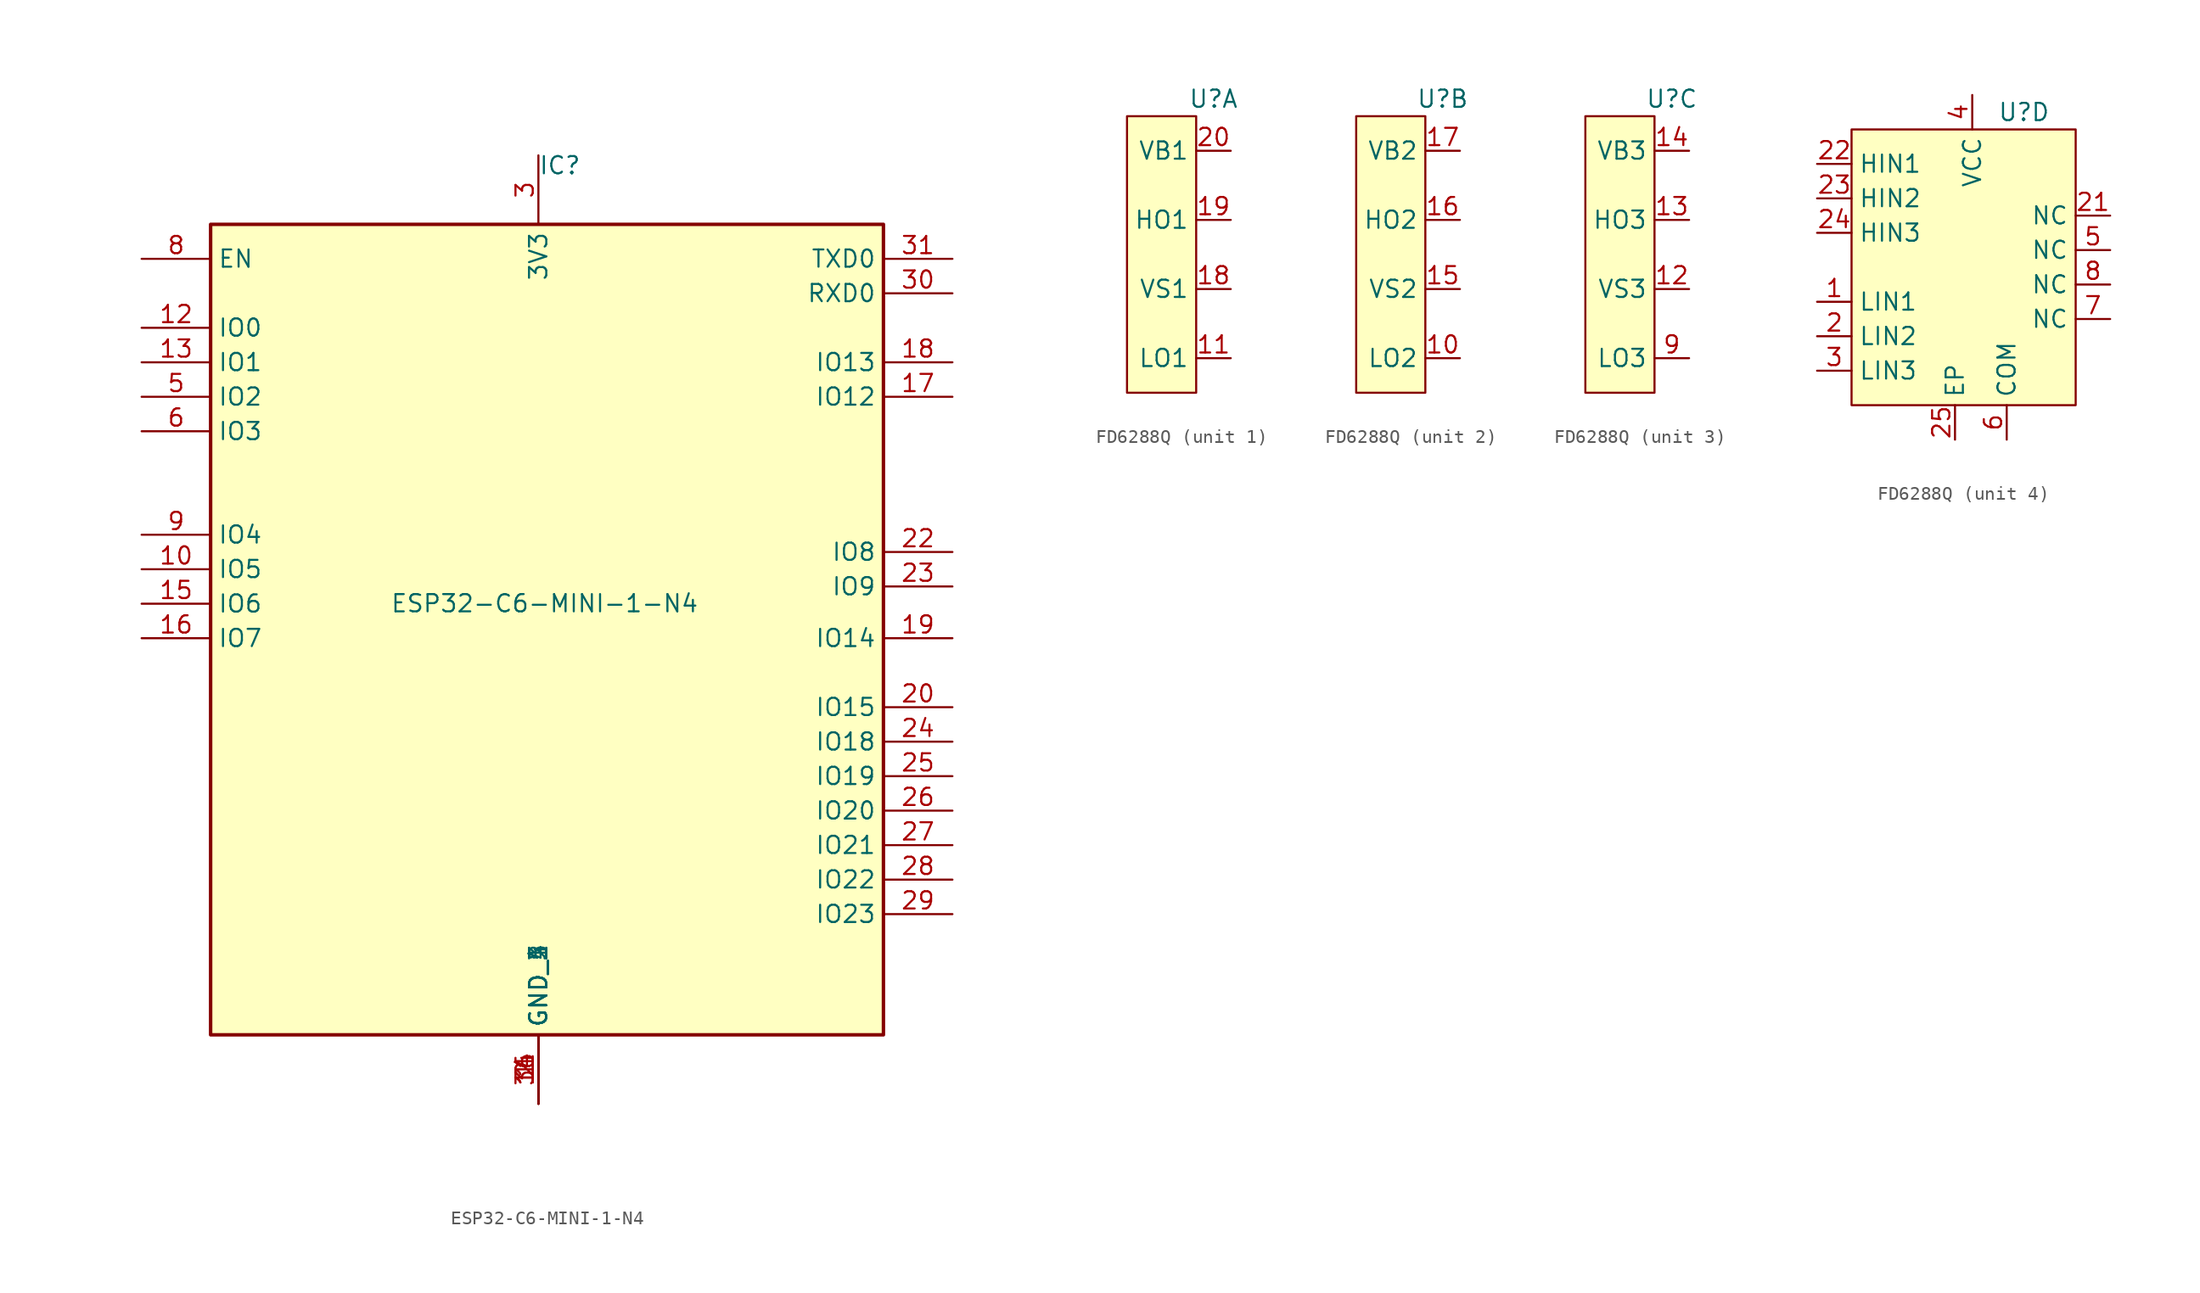
<source format=kicad_sym>
(kicad_symbol_lib
  (version 20231120)
  (generator "kicad_symbol_editor")
  (generator_version "8.0")
  (symbol "ESP32-C6-MINI-1-N4"
    (property "Reference" "IC"
      (at 29.21 7.62 0)
      (effects (font (size 1.27 1.27)) (justify left top)))
    (property "Value" "ESP32-C6-MINI-1-N4"
      (at 18.288 -24.638 0)
      (effects (font (size 1.27 1.27)) (justify left top)))
    (symbol "ESP32-C6-MINI-1-N4_1_1"
      (rectangle (start 5.08 2.54) (end 54.61 -57.15) (stroke (width 0.254) (type default)) (fill (type background)))
      (pin passive line (at 29.21 -62.23 90) (length 5.08) (name "GND_1" (effects (font (size 1.27 1.27)))) (number "1" (effects (font (size 1.27 1.27)))))
      (pin passive line (at 0 -22.86 0) (length 5.08) (name "IO5" (effects (font (size 1.27 1.27)))) (number "10" (effects (font (size 1.27 1.27)))))
      (pin passive line (at 29.21 -62.23 90) (length 5.08) (name "GND_3" (effects (font (size 1.27 1.27)))) (number "11" (effects (font (size 1.27 1.27)))))
      (pin passive line (at 0 -5.08 0) (length 5.08) (name "IO0" (effects (font (size 1.27 1.27)))) (number "12" (effects (font (size 1.27 1.27)))))
      (pin passive line (at 0 -7.62 0) (length 5.08) (name "IO1" (effects (font (size 1.27 1.27)))) (number "13" (effects (font (size 1.27 1.27)))))
      (pin passive line (at 29.21 -62.23 90) (length 5.08) (name "GND_4" (effects (font (size 1.27 1.27)))) (number "14" (effects (font (size 1.27 1.27)))))
      (pin passive line (at 0 -25.4 0) (length 5.08) (name "IO6" (effects (font (size 1.27 1.27)))) (number "15" (effects (font (size 1.27 1.27)))))
      (pin passive line (at 0 -27.94 0) (length 5.08) (name "IO7" (effects (font (size 1.27 1.27)))) (number "16" (effects (font (size 1.27 1.27)))))
      (pin passive line (at 59.69 -10.16 180) (length 5.08) (name "IO12" (effects (font (size 1.27 1.27)))) (number "17" (effects (font (size 1.27 1.27)))))
      (pin passive line (at 59.69 -7.62 180) (length 5.08) (name "IO13" (effects (font (size 1.27 1.27)))) (number "18" (effects (font (size 1.27 1.27)))))
      (pin passive line (at 59.69 -27.94 180) (length 5.08) (name "IO14" (effects (font (size 1.27 1.27)))) (number "19" (effects (font (size 1.27 1.27)))))
      (pin passive line (at 29.21 -62.23 90) (length 5.08) (name "GND_2" (effects (font (size 1.27 1.27)))) (number "2" (effects (font (size 1.27 1.27)))))
      (pin passive line (at 59.69 -33.02 180) (length 5.08) (name "IO15" (effects (font (size 1.27 1.27)))) (number "20" (effects (font (size 1.27 1.27)))))
      (pin no_connect line (at 15.24 -62.23 90) (length 5.08) hide (name "NC_3" (effects (font (size 1.27 1.27)))) (number "21" (effects (font (size 1.27 1.27)))))
      (pin passive line (at 59.69 -21.59 180) (length 5.08) (name "IO8" (effects (font (size 1.27 1.27)))) (number "22" (effects (font (size 1.27 1.27)))))
      (pin passive line (at 59.69 -24.13 180) (length 5.08) (name "IO9" (effects (font (size 1.27 1.27)))) (number "23" (effects (font (size 1.27 1.27)))))
      (pin passive line (at 59.69 -35.56 180) (length 5.08) (name "IO18" (effects (font (size 1.27 1.27)))) (number "24" (effects (font (size 1.27 1.27)))))
      (pin passive line (at 59.69 -38.1 180) (length 5.08) (name "IO19" (effects (font (size 1.27 1.27)))) (number "25" (effects (font (size 1.27 1.27)))))
      (pin passive line (at 59.69 -40.64 180) (length 5.08) (name "IO20" (effects (font (size 1.27 1.27)))) (number "26" (effects (font (size 1.27 1.27)))))
      (pin passive line (at 59.69 -43.18 180) (length 5.08) (name "IO21" (effects (font (size 1.27 1.27)))) (number "27" (effects (font (size 1.27 1.27)))))
      (pin passive line (at 59.69 -45.72 180) (length 5.08) (name "IO22" (effects (font (size 1.27 1.27)))) (number "28" (effects (font (size 1.27 1.27)))))
      (pin passive line (at 59.69 -48.26 180) (length 5.08) (name "IO23" (effects (font (size 1.27 1.27)))) (number "29" (effects (font (size 1.27 1.27)))))
      (pin passive line (at 29.21 7.62 270) (length 5.08) (name "3V3" (effects (font (size 1.27 1.27)))) (number "3" (effects (font (size 1.27 1.27)))))
      (pin passive line (at 59.69 -2.54 180) (length 5.08) (name "RXD0" (effects (font (size 1.27 1.27)))) (number "30" (effects (font (size 1.27 1.27)))))
      (pin passive line (at 59.69 0 180) (length 5.08) (name "TXD0" (effects (font (size 1.27 1.27)))) (number "31" (effects (font (size 1.27 1.27)))))
      (pin no_connect line (at 15.24 -62.23 90) (length 5.08) hide (name "NC_4" (effects (font (size 1.27 1.27)))) (number "32" (effects (font (size 1.27 1.27)))))
      (pin no_connect line (at 15.24 -62.23 90) (length 5.08) hide (name "NC_5" (effects (font (size 1.27 1.27)))) (number "33" (effects (font (size 1.27 1.27)))))
      (pin no_connect line (at 15.24 -62.23 90) (length 5.08) hide (name "NC_6" (effects (font (size 1.27 1.27)))) (number "34" (effects (font (size 1.27 1.27)))))
      (pin no_connect line (at 15.24 -62.23 90) (length 5.08) hide (name "NC_7" (effects (font (size 1.27 1.27)))) (number "35" (effects (font (size 1.27 1.27)))))
      (pin passive line (at 29.21 -62.23 90) (length 5.08) (name "GND_5" (effects (font (size 1.27 1.27)))) (number "36" (effects (font (size 1.27 1.27)))))
      (pin passive line (at 29.21 -62.23 90) (length 5.08) hide (name "GND_6" (effects (font (size 1.27 1.27)))) (number "37" (effects (font (size 1.27 1.27)))))
      (pin passive line (at 29.21 -62.23 90) (length 5.08) hide (name "GND_7" (effects (font (size 1.27 1.27)))) (number "38" (effects (font (size 1.27 1.27)))))
      (pin passive line (at 29.21 -62.23 90) (length 5.08) hide (name "GND_8" (effects (font (size 1.27 1.27)))) (number "39" (effects (font (size 1.27 1.27)))))
      (pin no_connect line (at 15.24 -62.23 90) (length 5.08) hide (name "NC_1" (effects (font (size 1.27 1.27)))) (number "4" (effects (font (size 1.27 1.27)))))
      (pin passive line (at 29.21 -62.23 90) (length 5.08) hide (name "GND_9" (effects (font (size 1.27 1.27)))) (number "40" (effects (font (size 1.27 1.27)))))
      (pin passive line (at 29.21 -62.23 90) (length 5.08) hide (name "GND_10" (effects (font (size 1.27 1.27)))) (number "41" (effects (font (size 1.27 1.27)))))
      (pin passive line (at 29.21 -62.23 90) (length 5.08) hide (name "GND_11" (effects (font (size 1.27 1.27)))) (number "42" (effects (font (size 1.27 1.27)))))
      (pin passive line (at 29.21 -62.23 90) (length 5.08) hide (name "GND_12" (effects (font (size 1.27 1.27)))) (number "43" (effects (font (size 1.27 1.27)))))
      (pin passive line (at 29.21 -62.23 90) (length 5.08) hide (name "GND_13" (effects (font (size 1.27 1.27)))) (number "44" (effects (font (size 1.27 1.27)))))
      (pin passive line (at 29.21 -62.23 90) (length 5.08) hide (name "GND_14" (effects (font (size 1.27 1.27)))) (number "45" (effects (font (size 1.27 1.27)))))
      (pin passive line (at 29.21 -62.23 90) (length 5.08) hide (name "GND_15" (effects (font (size 1.27 1.27)))) (number "46" (effects (font (size 1.27 1.27)))))
      (pin passive line (at 29.21 -62.23 90) (length 5.08) hide (name "GND_16" (effects (font (size 1.27 1.27)))) (number "47" (effects (font (size 1.27 1.27)))))
      (pin passive line (at 29.21 -62.23 90) (length 5.08) hide (name "GND_17" (effects (font (size 1.27 1.27)))) (number "48" (effects (font (size 1.27 1.27)))))
      (pin passive line (at 29.21 -62.23 90) (length 5.08) hide (name "GND_18" (effects (font (size 1.27 1.27)))) (number "49" (effects (font (size 1.27 1.27)))))
      (pin passive line (at 0 -10.16 0) (length 5.08) (name "IO2" (effects (font (size 1.27 1.27)))) (number "5" (effects (font (size 1.27 1.27)))))
      (pin passive line (at 29.21 -62.23 90) (length 5.08) hide (name "GND_19" (effects (font (size 1.27 1.27)))) (number "50" (effects (font (size 1.27 1.27)))))
      (pin passive line (at 29.21 -62.23 90) (length 5.08) hide (name "GND_20" (effects (font (size 1.27 1.27)))) (number "51" (effects (font (size 1.27 1.27)))))
      (pin passive line (at 29.21 -62.23 90) (length 5.08) hide (name "GND_21" (effects (font (size 1.27 1.27)))) (number "52" (effects (font (size 1.27 1.27)))))
      (pin passive line (at 29.21 -62.23 90) (length 5.08) hide (name "GND_22" (effects (font (size 1.27 1.27)))) (number "53" (effects (font (size 1.27 1.27)))))
      (pin passive line (at 29.21 -62.23 90) (length 5.08) hide (name "GND_23" (effects (font (size 1.27 1.27)))) (number "54" (effects (font (size 1.27 1.27)))))
      (pin passive line (at 29.21 -62.23 90) (length 5.08) hide (name "GND_24" (effects (font (size 1.27 1.27)))) (number "55" (effects (font (size 1.27 1.27)))))
      (pin passive line (at 29.21 -62.23 90) (length 5.08) hide (name "GND_25" (effects (font (size 1.27 1.27)))) (number "56" (effects (font (size 1.27 1.27)))))
      (pin passive line (at 29.21 -62.23 90) (length 5.08) hide (name "GND_26" (effects (font (size 1.27 1.27)))) (number "57" (effects (font (size 1.27 1.27)))))
      (pin passive line (at 29.21 -62.23 90) (length 5.08) hide (name "GND_27" (effects (font (size 1.27 1.27)))) (number "58" (effects (font (size 1.27 1.27)))))
      (pin passive line (at 29.21 -62.23 90) (length 5.08) hide (name "GND_28" (effects (font (size 1.27 1.27)))) (number "59" (effects (font (size 1.27 1.27)))))
      (pin passive line (at 0 -12.7 0) (length 5.08) (name "IO3" (effects (font (size 1.27 1.27)))) (number "6" (effects (font (size 1.27 1.27)))))
      (pin passive line (at 29.21 -62.23 90) (length 5.08) hide (name "GND_29" (effects (font (size 1.27 1.27)))) (number "60" (effects (font (size 1.27 1.27)))))
      (pin passive line (at 29.21 -62.23 90) (length 5.08) hide (name "GND_30" (effects (font (size 1.27 1.27)))) (number "61" (effects (font (size 1.27 1.27)))))
      (pin no_connect line (at 15.24 -62.23 90) (length 5.08) hide (name "NC_2" (effects (font (size 1.27 1.27)))) (number "7" (effects (font (size 1.27 1.27)))))
      (pin passive line (at 0 0 0) (length 5.08) (name "EN" (effects (font (size 1.27 1.27)))) (number "8" (effects (font (size 1.27 1.27)))))
      (pin passive line (at 0 -20.32 0) (length 5.08) (name "IO4" (effects (font (size 1.27 1.27)))) (number "9" (effects (font (size 1.27 1.27)))))))
  (symbol "FD6288Q"
    (property "Reference" "U"
      (at 3.81 11.43 0)
      (effects (font (size 1.27 1.27))))
    (property "Value" ""
      (at 0 2.54 0)
      (effects (font (size 1.27 1.27))))
    (symbol "FD6288Q_1_0"
      (pin unspecified line (at 5.08 -7.62 180) (length 2.54) (name "LO1" (effects (font (size 1.27 1.27)))) (number "11" (effects (font (size 1.27 1.27)))))
      (pin unspecified line (at 5.08 -2.54 180) (length 2.54) (name "VS1" (effects (font (size 1.27 1.27)))) (number "18" (effects (font (size 1.27 1.27)))))
      (pin unspecified line (at 5.08 2.54 180) (length 2.54) (name "HO1" (effects (font (size 1.27 1.27)))) (number "19" (effects (font (size 1.27 1.27)))))
      (pin unspecified line (at 5.08 7.62 180) (length 2.54) (name "VB1" (effects (font (size 1.27 1.27)))) (number "20" (effects (font (size 1.27 1.27))))))
    (symbol "FD6288Q_1_1"
      (rectangle (start -2.54 10.16) (end 2.54 -10.16) (stroke (width 0) (type default)) (fill (type background))))
    (symbol "FD6288Q_2_0"
      (pin unspecified line (at 5.08 -7.62 180) (length 2.54) (name "LO2" (effects (font (size 1.27 1.27)))) (number "10" (effects (font (size 1.27 1.27)))))
      (pin unspecified line (at 5.08 -2.54 180) (length 2.54) (name "VS2" (effects (font (size 1.27 1.27)))) (number "15" (effects (font (size 1.27 1.27)))))
      (pin unspecified line (at 5.08 2.54 180) (length 2.54) (name "HO2" (effects (font (size 1.27 1.27)))) (number "16" (effects (font (size 1.27 1.27)))))
      (pin unspecified line (at 5.08 7.62 180) (length 2.54) (name "VB2" (effects (font (size 1.27 1.27)))) (number "17" (effects (font (size 1.27 1.27))))))
    (symbol "FD6288Q_2_1"
      (rectangle (start -2.54 10.16) (end 2.54 -10.16) (stroke (width 0) (type default)) (fill (type background))))
    (symbol "FD6288Q_3_0"
      (pin power_in line (at 5.08 -2.54 180) (length 2.54) (name "VS3" (effects (font (size 1.27 1.27)))) (number "12" (effects (font (size 1.27 1.27)))))
      (pin output line (at 5.08 2.54 180) (length 2.54) (name "HO3" (effects (font (size 1.27 1.27)))) (number "13" (effects (font (size 1.27 1.27)))))
      (pin unspecified line (at 5.08 7.62 180) (length 2.54) (name "VB3" (effects (font (size 1.27 1.27)))) (number "14" (effects (font (size 1.27 1.27)))))
      (pin unspecified line (at 5.08 -7.62 180) (length 2.54) (name "LO3" (effects (font (size 1.27 1.27)))) (number "9" (effects (font (size 1.27 1.27))))))
    (symbol "FD6288Q_3_1"
      (rectangle (start -2.54 10.16) (end 2.54 -10.16) (stroke (width 0) (type default)) (fill (type background))))
    (symbol "FD6288Q_4_0"
      (pin input line (at -11.43 -2.54 0) (length 2.54) (name "LIN1" (effects (font (size 1.27 1.27)))) (number "1" (effects (font (size 1.27 1.27)))))
      (pin input line (at -11.43 -5.08 0) (length 2.54) (name "LIN2" (effects (font (size 1.27 1.27)))) (number "2" (effects (font (size 1.27 1.27)))))
      (pin unspecified line (at 10.16 3.81 180) (length 2.54) (name "NC" (effects (font (size 1.27 1.27)))) (number "21" (effects (font (size 1.27 1.27)))))
      (pin input line (at -11.43 7.62 0) (length 2.54) (name "HIN1" (effects (font (size 1.27 1.27)))) (number "22" (effects (font (size 1.27 1.27)))))
      (pin input line (at -11.43 5.08 0) (length 2.54) (name "HIN2" (effects (font (size 1.27 1.27)))) (number "23" (effects (font (size 1.27 1.27)))))
      (pin input line (at -11.43 2.54 0) (length 2.54) (name "HIN3" (effects (font (size 1.27 1.27)))) (number "24" (effects (font (size 1.27 1.27)))))
      (pin power_in line (at -1.27 -12.7 90) (length 2.54) (name "EP" (effects (font (size 1.27 1.27)))) (number "25" (effects (font (size 1.27 1.27)))))
      (pin input line (at -11.43 -7.62 0) (length 2.54) (name "LIN3" (effects (font (size 1.27 1.27)))) (number "3" (effects (font (size 1.27 1.27)))))
      (pin power_in line (at 0 12.7 270) (length 2.54) (name "VCC" (effects (font (size 1.27 1.27)))) (number "4" (effects (font (size 1.27 1.27)))))
      (pin unspecified line (at 10.16 1.27 180) (length 2.54) (name "NC" (effects (font (size 1.27 1.27)))) (number "5" (effects (font (size 1.27 1.27)))))
      (pin power_in line (at 2.54 -12.7 90) (length 2.54) (name "COM" (effects (font (size 1.27 1.27)))) (number "6" (effects (font (size 1.27 1.27)))))
      (pin unspecified line (at 10.16 -3.81 180) (length 2.54) (name "NC" (effects (font (size 1.27 1.27)))) (number "7" (effects (font (size 1.27 1.27)))))
      (pin unspecified line (at 10.16 -1.27 180) (length 2.54) (name "NC" (effects (font (size 1.27 1.27)))) (number "8" (effects (font (size 1.27 1.27))))))
    (symbol "FD6288Q_4_1"
      (rectangle (start -8.89 10.16) (end 7.62 -10.16) (stroke (width 0) (type default)) (fill (type background))))))
</source>
